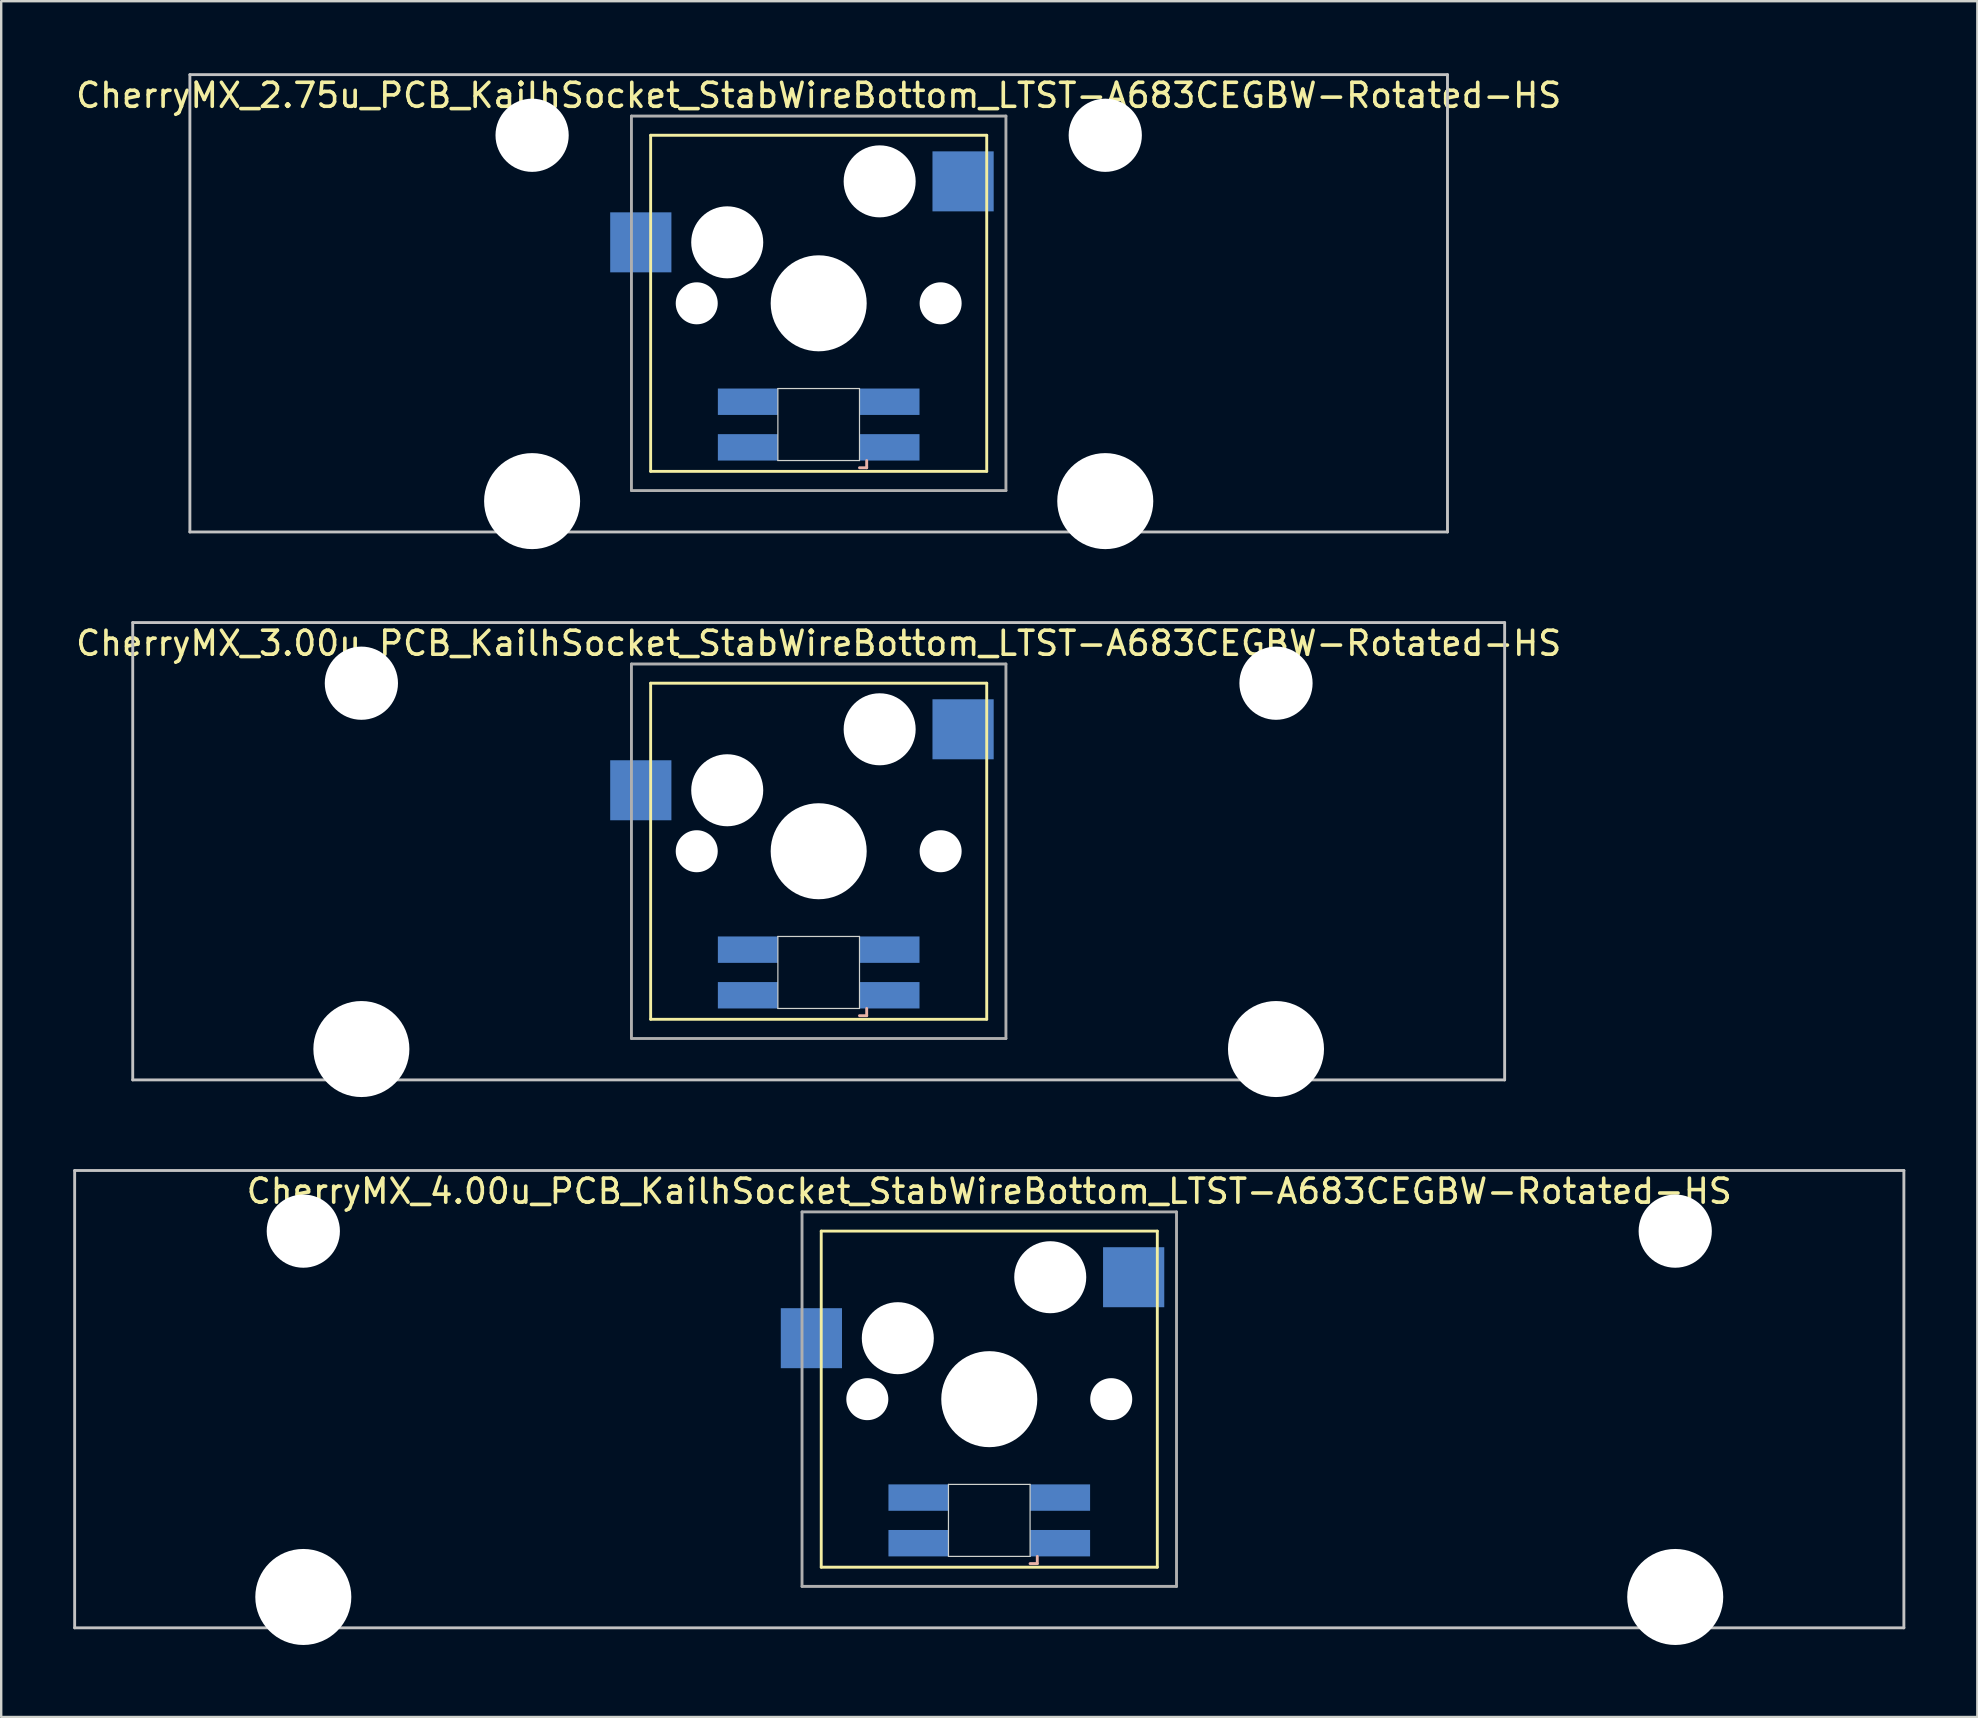
<source format=kicad_pcb>
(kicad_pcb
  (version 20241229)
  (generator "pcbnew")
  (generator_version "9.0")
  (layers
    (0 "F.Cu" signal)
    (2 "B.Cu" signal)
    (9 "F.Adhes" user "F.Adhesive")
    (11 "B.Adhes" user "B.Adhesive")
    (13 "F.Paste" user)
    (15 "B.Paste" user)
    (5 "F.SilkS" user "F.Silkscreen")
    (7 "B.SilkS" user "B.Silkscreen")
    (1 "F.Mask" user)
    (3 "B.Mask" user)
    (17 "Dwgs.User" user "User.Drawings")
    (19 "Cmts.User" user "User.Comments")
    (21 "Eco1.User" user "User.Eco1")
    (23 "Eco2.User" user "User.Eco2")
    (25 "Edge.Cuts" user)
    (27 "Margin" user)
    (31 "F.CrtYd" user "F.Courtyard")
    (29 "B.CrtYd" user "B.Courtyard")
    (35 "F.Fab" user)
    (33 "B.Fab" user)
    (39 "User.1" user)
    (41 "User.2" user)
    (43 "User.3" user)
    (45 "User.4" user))
  (footprint "CherryMX_3.00u_PCB_KailhSocket_StabWireBottom_LTST-A683CEGBW-Rotated-HS"
    (layer "F.Cu")
    (at 31.054 32.41)
    (property "Reference" "CherryMX_3.00u_PCB_KailhSocket_StabWireBottom_LTST-A683CEGBW-Rotated-HS" (at 0 -8.662 0) (layer "F.SilkS") (effects (font (size 1 1) (thickness 0.15))))
    (attr through_hole)
    (fp_line (start -7 -7) (end -7 7) (stroke (width 0.12) (type solid)) (layer "F.SilkS"))
    (fp_line (start -7 -7) (end 7 -7) (stroke (width 0.12) (type solid)) (layer "F.SilkS"))
    (fp_line (start 7 -7) (end 7 7) (stroke (width 0.12) (type solid)) (layer "F.SilkS"))
    (fp_line (start 7 7) (end -7 7) (stroke (width 0.12) (type solid)) (layer "F.SilkS"))
    (fp_line (start 1.7 6.85) (end 2 6.85) (stroke (width 0.12) (type solid)) (layer "B.SilkS"))
    (fp_line (start 2 6.85) (end 2 6.55) (stroke (width 0.12) (type solid)) (layer "B.SilkS"))
    (fp_line (start -28.575 -9.525) (end 28.575 -9.525) (stroke (width 0.12) (type solid)) (layer "Dwgs.User"))
    (fp_line (start -28.575 9.525) (end -28.575 -9.525) (stroke (width 0.12) (type solid)) (layer "Dwgs.User"))
    (fp_line (start 28.575 -9.525) (end 28.575 9.525) (stroke (width 0.12) (type solid)) (layer "Dwgs.User"))
    (fp_line (start 28.575 9.525) (end -28.575 9.525) (stroke (width 0.12) (type solid)) (layer "Dwgs.User"))
    (fp_line (start -1.7 3.55) (end 1.7 3.55) (stroke (width 0.05) (type solid)) (layer "Edge.Cuts"))
    (fp_line (start -1.7 6.55) (end -1.7 3.55) (stroke (width 0.05) (type solid)) (layer "Edge.Cuts"))
    (fp_line (start 1.7 3.55) (end 1.7 6.55) (stroke (width 0.05) (type solid)) (layer "Edge.Cuts"))
    (fp_line (start 1.7 6.55) (end -1.7 6.55) (stroke (width 0.05) (type solid)) (layer "Edge.Cuts"))
    (fp_line (start -7.8 -7.8) (end -7.8 7.8) (stroke (width 0.12) (type solid)) (layer "F.Fab"))
    (fp_line (start -7.8 -7.8) (end 7.8 -7.8) (stroke (width 0.12) (type solid)) (layer "F.Fab"))
    (fp_line (start -7.8 7.8) (end 7.8 7.8) (stroke (width 0.12) (type solid)) (layer "F.Fab"))
    (fp_line (start 7.8 -7.8) (end 7.8 7.8) (stroke (width 0.12) (type solid)) (layer "F.Fab"))
    (pad "" np_thru_hole circle (at -19.05 -7) (size 3.05 3.05) (drill 3.05) (layers "*.Cu" "*.Mask"))
    (pad "" np_thru_hole circle (at -19.05 8.24) (size 4 4) (drill 4) (layers "*.Cu" "*.Mask"))
    (pad "" np_thru_hole circle (at -5.08 0) (size 1.75 1.75) (drill 1.75) (layers "*.Cu" "*.Mask"))
    (pad "" np_thru_hole circle (at -3.81 -2.54) (size 3 3) (drill 3) (layers "*.Cu" "*.Mask"))
    (pad "" np_thru_hole circle (at 0 0) (size 4 4) (drill 4) (layers "*.Cu" "*.Mask"))
    (pad "" np_thru_hole circle (at 2.54 -5.08) (size 3 3) (drill 3) (layers "*.Cu" "*.Mask"))
    (pad "" np_thru_hole circle (at 5.08 0) (size 1.75 1.75) (drill 1.75) (layers "*.Cu" "*.Mask"))
    (pad "" np_thru_hole circle (at 19.05 -7) (size 3.05 3.05) (drill 3.05) (layers "*.Cu" "*.Mask"))
    (pad "" np_thru_hole circle (at 19.05 8.24) (size 4 4) (drill 4) (layers "*.Cu" "*.Mask"))
    (pad "1" smd rect (at -7.41 -2.54) (size 2.55 2.5) (layers "B.Cu" "B.Mask" "B.Paste"))
    (pad "2" smd rect (at 6.015 -5.08) (size 2.55 2.5) (layers "B.Cu" "B.Mask" "B.Paste"))
    (pad "3" smd rect (at 2.95 6) (size 2.5 1.1) (layers "B.Cu" "B.Mask" "B.Paste"))
    (pad "4" smd rect (at 2.95 4.1) (size 2.5 1.1) (layers "B.Cu" "B.Mask" "B.Paste"))
    (pad "5" smd rect (at -2.95 6) (size 2.5 1.1) (layers "B.Cu" "B.Mask" "B.Paste"))
    (pad "6" smd rect (at -2.95 4.1) (size 2.5 1.1) (layers "B.Cu" "B.Mask" "B.Paste")))
  (footprint "CherryMX_4.00u_PCB_KailhSocket_StabWireBottom_LTST-A683CEGBW-Rotated-HS"
    (layer "F.Cu")
    (at 38.16 55.235)
    (property "Reference" "CherryMX_4.00u_PCB_KailhSocket_StabWireBottom_LTST-A683CEGBW-Rotated-HS" (at 0 -8.662 0) (layer "F.SilkS") (effects (font (size 1 1) (thickness 0.15))))
    (attr through_hole)
    (fp_line (start -7 -7) (end -7 7) (stroke (width 0.12) (type solid)) (layer "F.SilkS"))
    (fp_line (start -7 -7) (end 7 -7) (stroke (width 0.12) (type solid)) (layer "F.SilkS"))
    (fp_line (start 7 -7) (end 7 7) (stroke (width 0.12) (type solid)) (layer "F.SilkS"))
    (fp_line (start 7 7) (end -7 7) (stroke (width 0.12) (type solid)) (layer "F.SilkS"))
    (fp_line (start 1.7 6.85) (end 2 6.85) (stroke (width 0.12) (type solid)) (layer "B.SilkS"))
    (fp_line (start 2 6.85) (end 2 6.55) (stroke (width 0.12) (type solid)) (layer "B.SilkS"))
    (fp_line (start -38.1 -9.525) (end 38.1 -9.525) (stroke (width 0.12) (type solid)) (layer "Dwgs.User"))
    (fp_line (start -38.1 9.525) (end -38.1 -9.525) (stroke (width 0.12) (type solid)) (layer "Dwgs.User"))
    (fp_line (start 38.1 -9.525) (end 38.1 9.525) (stroke (width 0.12) (type solid)) (layer "Dwgs.User"))
    (fp_line (start 38.1 9.525) (end -38.1 9.525) (stroke (width 0.12) (type solid)) (layer "Dwgs.User"))
    (fp_line (start -1.7 3.55) (end 1.7 3.55) (stroke (width 0.05) (type solid)) (layer "Edge.Cuts"))
    (fp_line (start -1.7 6.55) (end -1.7 3.55) (stroke (width 0.05) (type solid)) (layer "Edge.Cuts"))
    (fp_line (start 1.7 3.55) (end 1.7 6.55) (stroke (width 0.05) (type solid)) (layer "Edge.Cuts"))
    (fp_line (start 1.7 6.55) (end -1.7 6.55) (stroke (width 0.05) (type solid)) (layer "Edge.Cuts"))
    (fp_line (start -7.8 -7.8) (end -7.8 7.8) (stroke (width 0.12) (type solid)) (layer "F.Fab"))
    (fp_line (start -7.8 -7.8) (end 7.8 -7.8) (stroke (width 0.12) (type solid)) (layer "F.Fab"))
    (fp_line (start -7.8 7.8) (end 7.8 7.8) (stroke (width 0.12) (type solid)) (layer "F.Fab"))
    (fp_line (start 7.8 -7.8) (end 7.8 7.8) (stroke (width 0.12) (type solid)) (layer "F.Fab"))
    (pad "" np_thru_hole circle (at -28.575 -7) (size 3.05 3.05) (drill 3.05) (layers "*.Cu" "*.Mask"))
    (pad "" np_thru_hole circle (at -28.575 8.24) (size 4 4) (drill 4) (layers "*.Cu" "*.Mask"))
    (pad "" np_thru_hole circle (at -5.08 0) (size 1.75 1.75) (drill 1.75) (layers "*.Cu" "*.Mask"))
    (pad "" np_thru_hole circle (at -3.81 -2.54) (size 3 3) (drill 3) (layers "*.Cu" "*.Mask"))
    (pad "" np_thru_hole circle (at 0 0) (size 4 4) (drill 4) (layers "*.Cu" "*.Mask"))
    (pad "" np_thru_hole circle (at 2.54 -5.08) (size 3 3) (drill 3) (layers "*.Cu" "*.Mask"))
    (pad "" np_thru_hole circle (at 5.08 0) (size 1.75 1.75) (drill 1.75) (layers "*.Cu" "*.Mask"))
    (pad "" np_thru_hole circle (at 28.575 -7) (size 3.05 3.05) (drill 3.05) (layers "*.Cu" "*.Mask"))
    (pad "" np_thru_hole circle (at 28.575 8.24) (size 4 4) (drill 4) (layers "*.Cu" "*.Mask"))
    (pad "1" smd rect (at -7.41 -2.54) (size 2.55 2.5) (layers "B.Cu" "B.Mask" "B.Paste"))
    (pad "2" smd rect (at 6.015 -5.08) (size 2.55 2.5) (layers "B.Cu" "B.Mask" "B.Paste"))
    (pad "3" smd rect (at 2.95 6) (size 2.5 1.1) (layers "B.Cu" "B.Mask" "B.Paste"))
    (pad "4" smd rect (at 2.95 4.1) (size 2.5 1.1) (layers "B.Cu" "B.Mask" "B.Paste"))
    (pad "5" smd rect (at -2.95 6) (size 2.5 1.1) (layers "B.Cu" "B.Mask" "B.Paste"))
    (pad "6" smd rect (at -2.95 4.1) (size 2.5 1.1) (layers "B.Cu" "B.Mask" "B.Paste")))
  (footprint "CherryMX_2.75u_PCB_KailhSocket_StabWireBottom_LTST-A683CEGBW-Rotated-HS"
    (layer "F.Cu")
    (at 31.054 9.585)
    (property "Reference" "CherryMX_2.75u_PCB_KailhSocket_StabWireBottom_LTST-A683CEGBW-Rotated-HS" (at 0 -8.662 0) (layer "F.SilkS") (effects (font (size 1 1) (thickness 0.15))))
    (attr through_hole)
    (fp_line (start -7 -7) (end -7 7) (stroke (width 0.12) (type solid)) (layer "F.SilkS"))
    (fp_line (start -7 -7) (end 7 -7) (stroke (width 0.12) (type solid)) (layer "F.SilkS"))
    (fp_line (start 7 -7) (end 7 7) (stroke (width 0.12) (type solid)) (layer "F.SilkS"))
    (fp_line (start 7 7) (end -7 7) (stroke (width 0.12) (type solid)) (layer "F.SilkS"))
    (fp_line (start 1.7 6.85) (end 2 6.85) (stroke (width 0.12) (type solid)) (layer "B.SilkS"))
    (fp_line (start 2 6.85) (end 2 6.55) (stroke (width 0.12) (type solid)) (layer "B.SilkS"))
    (fp_line (start -26.194 -9.525) (end 26.194 -9.525) (stroke (width 0.12) (type solid)) (layer "Dwgs.User"))
    (fp_line (start -26.194 9.525) (end -26.194 -9.525) (stroke (width 0.12) (type solid)) (layer "Dwgs.User"))
    (fp_line (start 26.194 -9.525) (end 26.194 9.525) (stroke (width 0.12) (type solid)) (layer "Dwgs.User"))
    (fp_line (start 26.194 9.525) (end -26.194 9.525) (stroke (width 0.12) (type solid)) (layer "Dwgs.User"))
    (fp_line (start -1.7 3.55) (end 1.7 3.55) (stroke (width 0.05) (type solid)) (layer "Edge.Cuts"))
    (fp_line (start -1.7 6.55) (end -1.7 3.55) (stroke (width 0.05) (type solid)) (layer "Edge.Cuts"))
    (fp_line (start 1.7 3.55) (end 1.7 6.55) (stroke (width 0.05) (type solid)) (layer "Edge.Cuts"))
    (fp_line (start 1.7 6.55) (end -1.7 6.55) (stroke (width 0.05) (type solid)) (layer "Edge.Cuts"))
    (fp_line (start -7.8 -7.8) (end -7.8 7.8) (stroke (width 0.12) (type solid)) (layer "F.Fab"))
    (fp_line (start -7.8 -7.8) (end 7.8 -7.8) (stroke (width 0.12) (type solid)) (layer "F.Fab"))
    (fp_line (start -7.8 7.8) (end 7.8 7.8) (stroke (width 0.12) (type solid)) (layer "F.Fab"))
    (fp_line (start 7.8 -7.8) (end 7.8 7.8) (stroke (width 0.12) (type solid)) (layer "F.Fab"))
    (pad "" np_thru_hole circle (at -11.938 -7) (size 3.05 3.05) (drill 3.05) (layers "*.Cu" "*.Mask"))
    (pad "" np_thru_hole circle (at -11.938 8.24) (size 4 4) (drill 4) (layers "*.Cu" "*.Mask"))
    (pad "" np_thru_hole circle (at -5.08 0) (size 1.75 1.75) (drill 1.75) (layers "*.Cu" "*.Mask"))
    (pad "" np_thru_hole circle (at -3.81 -2.54) (size 3 3) (drill 3) (layers "*.Cu" "*.Mask"))
    (pad "" np_thru_hole circle (at 0 0) (size 4 4) (drill 4) (layers "*.Cu" "*.Mask"))
    (pad "" np_thru_hole circle (at 2.54 -5.08) (size 3 3) (drill 3) (layers "*.Cu" "*.Mask"))
    (pad "" np_thru_hole circle (at 5.08 0) (size 1.75 1.75) (drill 1.75) (layers "*.Cu" "*.Mask"))
    (pad "" np_thru_hole circle (at 11.938 -7) (size 3.05 3.05) (drill 3.05) (layers "*.Cu" "*.Mask"))
    (pad "" np_thru_hole circle (at 11.938 8.24) (size 4 4) (drill 4) (layers "*.Cu" "*.Mask"))
    (pad "1" smd rect (at -7.41 -2.54) (size 2.55 2.5) (layers "B.Cu" "B.Mask" "B.Paste"))
    (pad "2" smd rect (at 6.015 -5.08) (size 2.55 2.5) (layers "B.Cu" "B.Mask" "B.Paste"))
    (pad "3" smd rect (at 2.95 6) (size 2.5 1.1) (layers "B.Cu" "B.Mask" "B.Paste"))
    (pad "4" smd rect (at 2.95 4.1) (size 2.5 1.1) (layers "B.Cu" "B.Mask" "B.Paste"))
    (pad "5" smd rect (at -2.95 6) (size 2.5 1.1) (layers "B.Cu" "B.Mask" "B.Paste"))
    (pad "6" smd rect (at -2.95 4.1) (size 2.5 1.1) (layers "B.Cu" "B.Mask" "B.Paste")))
  (gr_rect
    (start -3 -3)
    (end 79.32 68.475)
    (stroke (width 0.1) (type default))
    (fill no)
    (layer "Edge.Cuts")))
</source>
